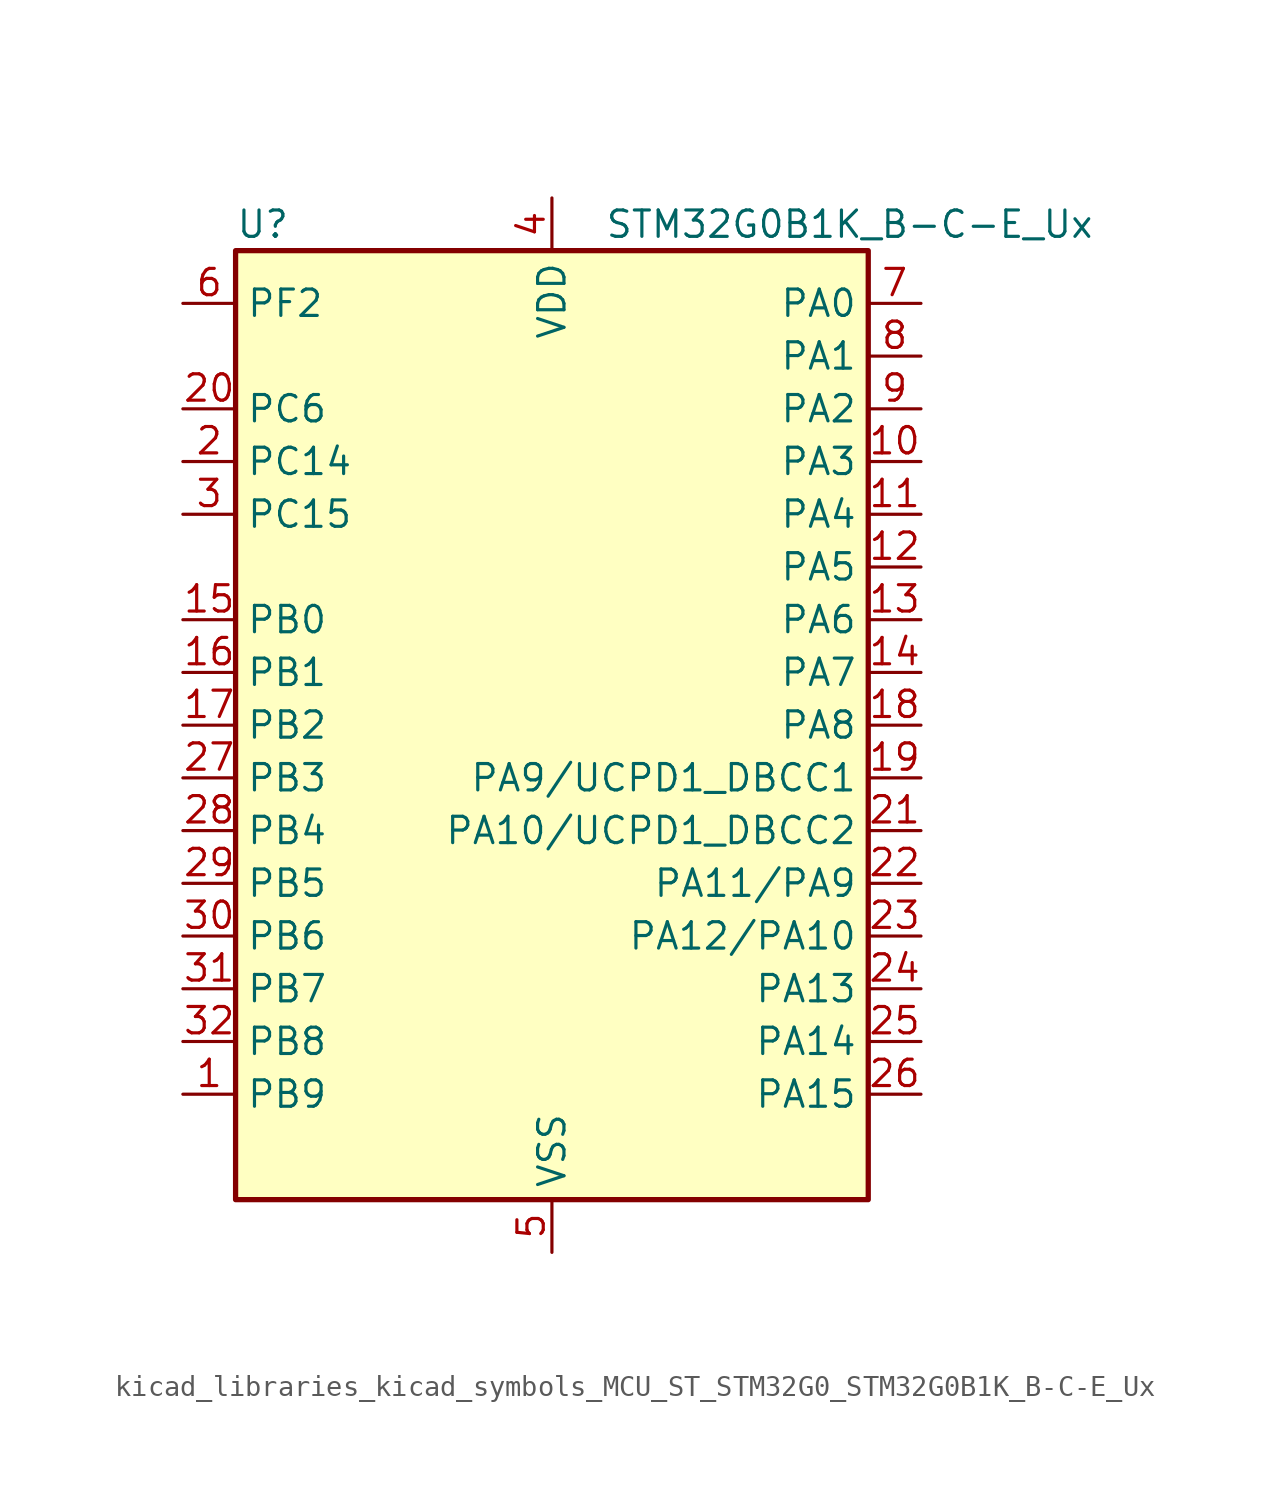
<source format=kicad_sym>
(kicad_symbol_lib
  (version 20220914)
  (generator kicad_symbol_editor)
  (symbol "kicad_libraries_kicad_symbols_MCU_ST_STM32G0_STM32G0B1K_B-C-E_Ux"
    (property "Reference" "U"
      (at -15.24 24.13 0)
      (effects (font (size 1.27 1.27)) (justify left)))
    (property "Value" "STM32G0B1K_B-C-E_Ux"
      (at 2.54 24.13 0)
      (effects (font (size 1.27 1.27)) (justify left)))
    (property "ki_locked" ""
      (at 0 0 0)
      (effects (font (size 1.27 1.27))))
    (symbol "kicad_libraries_kicad_symbols_MCU_ST_STM32G0_STM32G0B1K_B-C-E_Ux_0_1"
      (rectangle (start -15.24 -22.86) (end 15.24 22.86) (stroke (width 0.254) (type default)) (fill (type background))))
    (symbol "kicad_libraries_kicad_symbols_MCU_ST_STM32G0_STM32G0B1K_B-C-E_Ux_1_1"
      (pin bidirectional line (at -17.78 -17.78 0) (length 2.54) (name "PB9" (effects (font (size 1.27 1.27)))) (number "1" (effects (font (size 1.27 1.27)))) (alternate "DAC1_EXTI9" bidirectional line) (alternate "FDCAN1_TX" bidirectional line) (alternate "I2C1_SDA" bidirectional line) (alternate "I2S2_WS" bidirectional line) (alternate "IR_OUT" bidirectional line) (alternate "SPI2_NSS" bidirectional line) (alternate "TIM17_CH1" bidirectional line) (alternate "TIM4_CH4" bidirectional line) (alternate "USART3_RX" bidirectional line) (alternate "USART6_RX" bidirectional line))
      (pin bidirectional line (at 17.78 12.7 180) (length 2.54) (name "PA3" (effects (font (size 1.27 1.27)))) (number "10" (effects (font (size 1.27 1.27)))) (alternate "ADC1_IN3" bidirectional line) (alternate "COMP2_INP" bidirectional line) (alternate "I2S2_MCK" bidirectional line) (alternate "LPUART1_RX" bidirectional line) (alternate "SPI2_MISO" bidirectional line) (alternate "TIM15_CH2" bidirectional line) (alternate "TIM2_CH4" bidirectional line) (alternate "USART2_RX" bidirectional line))
      (pin bidirectional line (at 17.78 10.16 180) (length 2.54) (name "PA4" (effects (font (size 1.27 1.27)))) (number "11" (effects (font (size 1.27 1.27)))) (alternate "ADC1_IN4" bidirectional line) (alternate "DAC1_OUT1" bidirectional line) (alternate "I2S1_WS" bidirectional line) (alternate "I2S2_SD" bidirectional line) (alternate "LPTIM2_OUT" bidirectional line) (alternate "RTC_OUT1" bidirectional line) (alternate "RTC_TAMP_IN1" bidirectional line) (alternate "RTC_TS" bidirectional line) (alternate "SPI1_NSS" bidirectional line) (alternate "SPI2_MOSI" bidirectional line) (alternate "SPI3_NSS" bidirectional line) (alternate "SYS_WKUP2" bidirectional line) (alternate "TIM14_CH1" bidirectional line) (alternate "USART6_TX" bidirectional line) (alternate "USB_NOE" bidirectional line))
      (pin bidirectional line (at 17.78 7.62 180) (length 2.54) (name "PA5" (effects (font (size 1.27 1.27)))) (number "12" (effects (font (size 1.27 1.27)))) (alternate "ADC1_IN5" bidirectional line) (alternate "CEC" bidirectional line) (alternate "DAC1_OUT2" bidirectional line) (alternate "I2S1_CK" bidirectional line) (alternate "LPTIM2_ETR" bidirectional line) (alternate "SPI1_SCK" bidirectional line) (alternate "TIM2_CH1" bidirectional line) (alternate "TIM2_ETR" bidirectional line) (alternate "UCPD1_FRSTX1" bidirectional line) (alternate "UCPD1_FRSTX2" bidirectional line) (alternate "USART3_TX" bidirectional line) (alternate "USART6_RX" bidirectional line))
      (pin bidirectional line (at 17.78 5.08 180) (length 2.54) (name "PA6" (effects (font (size 1.27 1.27)))) (number "13" (effects (font (size 1.27 1.27)))) (alternate "ADC1_IN6" bidirectional line) (alternate "COMP1_OUT" bidirectional line) (alternate "I2C2_SDA" bidirectional line) (alternate "I2C3_SDA" bidirectional line) (alternate "I2S1_MCK" bidirectional line) (alternate "LPUART1_CTS" bidirectional line) (alternate "SPI1_MISO" bidirectional line) (alternate "TIM16_CH1" bidirectional line) (alternate "TIM1_BK" bidirectional line) (alternate "TIM3_CH1" bidirectional line) (alternate "USART3_CTS" bidirectional line) (alternate "USART3_NSS" bidirectional line) (alternate "USART6_CTS" bidirectional line) (alternate "USART6_NSS" bidirectional line))
      (pin bidirectional line (at 17.78 2.54 180) (length 2.54) (name "PA7" (effects (font (size 1.27 1.27)))) (number "14" (effects (font (size 1.27 1.27)))) (alternate "ADC1_IN7" bidirectional line) (alternate "COMP2_OUT" bidirectional line) (alternate "I2C2_SCL" bidirectional line) (alternate "I2C3_SCL" bidirectional line) (alternate "I2S1_SD" bidirectional line) (alternate "SPI1_MOSI" bidirectional line) (alternate "TIM14_CH1" bidirectional line) (alternate "TIM17_CH1" bidirectional line) (alternate "TIM1_CH1N" bidirectional line) (alternate "TIM3_CH2" bidirectional line) (alternate "UCPD1_FRSTX1" bidirectional line) (alternate "UCPD1_FRSTX2" bidirectional line) (alternate "USART6_CK" bidirectional line) (alternate "USART6_DE" bidirectional line) (alternate "USART6_RTS" bidirectional line))
      (pin bidirectional line (at -17.78 5.08 0) (length 2.54) (name "PB0" (effects (font (size 1.27 1.27)))) (number "15" (effects (font (size 1.27 1.27)))) (alternate "ADC1_IN8" bidirectional line) (alternate "COMP1_OUT" bidirectional line) (alternate "COMP3_INP" bidirectional line) (alternate "FDCAN2_RX" bidirectional line) (alternate "I2S1_WS" bidirectional line) (alternate "LPTIM1_OUT" bidirectional line) (alternate "LPUART2_CTS" bidirectional line) (alternate "SPI1_NSS" bidirectional line) (alternate "TIM1_CH2N" bidirectional line) (alternate "TIM3_CH3" bidirectional line) (alternate "UCPD1_FRSTX1" bidirectional line) (alternate "UCPD1_FRSTX2" bidirectional line) (alternate "USART3_RX" bidirectional line) (alternate "USART5_TX" bidirectional line))
      (pin bidirectional line (at -17.78 2.54 0) (length 2.54) (name "PB1" (effects (font (size 1.27 1.27)))) (number "16" (effects (font (size 1.27 1.27)))) (alternate "ADC1_IN9" bidirectional line) (alternate "COMP1_INM" bidirectional line) (alternate "COMP3_OUT" bidirectional line) (alternate "FDCAN2_TX" bidirectional line) (alternate "LPTIM2_IN1" bidirectional line) (alternate "LPUART1_DE" bidirectional line) (alternate "LPUART1_RTS" bidirectional line) (alternate "LPUART2_DE" bidirectional line) (alternate "LPUART2_RTS" bidirectional line) (alternate "TIM14_CH1" bidirectional line) (alternate "TIM1_CH3N" bidirectional line) (alternate "TIM3_CH4" bidirectional line) (alternate "USART3_CK" bidirectional line) (alternate "USART3_DE" bidirectional line) (alternate "USART3_RTS" bidirectional line) (alternate "USART5_RX" bidirectional line))
      (pin bidirectional line (at -17.78 0 0) (length 2.54) (name "PB2" (effects (font (size 1.27 1.27)))) (number "17" (effects (font (size 1.27 1.27)))) (alternate "ADC1_IN10" bidirectional line) (alternate "COMP1_INP" bidirectional line) (alternate "COMP3_INM" bidirectional line) (alternate "I2S2_MCK" bidirectional line) (alternate "LPTIM1_OUT" bidirectional line) (alternate "RCC_MCO_2" bidirectional line) (alternate "SPI2_MISO" bidirectional line) (alternate "USART3_TX" bidirectional line))
      (pin bidirectional line (at 17.78 0 180) (length 2.54) (name "PA8" (effects (font (size 1.27 1.27)))) (number "18" (effects (font (size 1.27 1.27)))) (alternate "CRS1_SYNC" bidirectional line) (alternate "I2C2_SMBA" bidirectional line) (alternate "I2S2_WS" bidirectional line) (alternate "LPTIM2_OUT" bidirectional line) (alternate "RCC_MCO" bidirectional line) (alternate "SPI2_NSS" bidirectional line) (alternate "TIM1_CH1" bidirectional line) (alternate "UCPD1_CC1" bidirectional line))
      (pin bidirectional line (at 17.78 -2.54 180) (length 2.54) (name "PA9/UCPD1_DBCC1" (effects (font (size 1.27 1.27)))) (number "19" (effects (font (size 1.27 1.27)))) (alternate "DAC1_EXTI9" bidirectional line) (alternate "I2C1_SCL" bidirectional line) (alternate "I2C2_SCL" bidirectional line) (alternate "I2S2_MCK" bidirectional line) (alternate "RCC_MCO" bidirectional line) (alternate "SPI2_MISO" bidirectional line) (alternate "TIM15_BK" bidirectional line) (alternate "TIM1_CH2" bidirectional line) (alternate "UCPD1_DBCC1" bidirectional line) (alternate "USART1_TX" bidirectional line))
      (pin bidirectional line (at -17.78 12.7 0) (length 2.54) (name "PC14" (effects (font (size 1.27 1.27)))) (number "2" (effects (font (size 1.27 1.27)))) (alternate "RCC_OSC32_IN" bidirectional line) (alternate "RCC_OSC_IN" bidirectional line) (alternate "TIM1_BK2" bidirectional line))
      (pin bidirectional line (at -17.78 15.24 0) (length 2.54) (name "PC6" (effects (font (size 1.27 1.27)))) (number "20" (effects (font (size 1.27 1.27)))) (alternate "LPUART2_TX" bidirectional line) (alternate "TIM2_CH3" bidirectional line) (alternate "TIM3_CH1" bidirectional line) (alternate "UCPD1_FRSTX1" bidirectional line) (alternate "UCPD1_FRSTX2" bidirectional line))
      (pin bidirectional line (at 17.78 -5.08 180) (length 2.54) (name "PA10/UCPD1_DBCC2" (effects (font (size 1.27 1.27)))) (number "21" (effects (font (size 1.27 1.27)))) (alternate "I2C1_SDA" bidirectional line) (alternate "I2C2_SDA" bidirectional line) (alternate "I2S2_SD" bidirectional line) (alternate "RCC_MCO_2" bidirectional line) (alternate "SPI2_MOSI" bidirectional line) (alternate "TIM17_BK" bidirectional line) (alternate "TIM1_CH3" bidirectional line) (alternate "UCPD1_DBCC2" bidirectional line) (alternate "USART1_RX" bidirectional line))
      (pin bidirectional line (at 17.78 -7.62 180) (length 2.54) (name "PA11/PA9" (effects (font (size 1.27 1.27)))) (number "22" (effects (font (size 1.27 1.27)))) (alternate "ADC1_EXTI11" bidirectional line) (alternate "COMP1_OUT" bidirectional line) (alternate "FDCAN1_RX" bidirectional line) (alternate "I2C2_SCL" bidirectional line) (alternate "I2S1_MCK" bidirectional line) (alternate "SPI1_MISO" bidirectional line) (alternate "TIM1_BK2" bidirectional line) (alternate "TIM1_CH4" bidirectional line) (alternate "USART1_CTS" bidirectional line) (alternate "USART1_NSS" bidirectional line) (alternate "USB_DM" bidirectional line))
      (pin bidirectional line (at 17.78 -10.16 180) (length 2.54) (name "PA12/PA10" (effects (font (size 1.27 1.27)))) (number "23" (effects (font (size 1.27 1.27)))) (alternate "COMP2_OUT" bidirectional line) (alternate "FDCAN1_TX" bidirectional line) (alternate "I2C2_SDA" bidirectional line) (alternate "I2S1_SD" bidirectional line) (alternate "I2S_CKIN" bidirectional line) (alternate "SPI1_MOSI" bidirectional line) (alternate "TIM1_ETR" bidirectional line) (alternate "USART1_CK" bidirectional line) (alternate "USART1_DE" bidirectional line) (alternate "USART1_RTS" bidirectional line) (alternate "USB_DP" bidirectional line))
      (pin bidirectional line (at 17.78 -12.7 180) (length 2.54) (name "PA13" (effects (font (size 1.27 1.27)))) (number "24" (effects (font (size 1.27 1.27)))) (alternate "IR_OUT" bidirectional line) (alternate "LPUART2_RX" bidirectional line) (alternate "SYS_SWDIO" bidirectional line) (alternate "USB_NOE" bidirectional line))
      (pin bidirectional line (at 17.78 -15.24 180) (length 2.54) (name "PA14" (effects (font (size 1.27 1.27)))) (number "25" (effects (font (size 1.27 1.27)))) (alternate "LPUART2_TX" bidirectional line) (alternate "SYS_SWCLK" bidirectional line) (alternate "USART2_TX" bidirectional line))
      (pin bidirectional line (at 17.78 -17.78 180) (length 2.54) (name "PA15" (effects (font (size 1.27 1.27)))) (number "26" (effects (font (size 1.27 1.27)))) (alternate "I2C2_SMBA" bidirectional line) (alternate "I2S1_WS" bidirectional line) (alternate "RCC_MCO_2" bidirectional line) (alternate "SPI1_NSS" bidirectional line) (alternate "SPI3_NSS" bidirectional line) (alternate "TIM2_CH1" bidirectional line) (alternate "TIM2_ETR" bidirectional line) (alternate "USART2_RX" bidirectional line) (alternate "USART3_CK" bidirectional line) (alternate "USART3_DE" bidirectional line) (alternate "USART3_RTS" bidirectional line) (alternate "USART4_CK" bidirectional line) (alternate "USART4_DE" bidirectional line) (alternate "USART4_RTS" bidirectional line) (alternate "USB_NOE" bidirectional line))
      (pin bidirectional line (at -17.78 -2.54 0) (length 2.54) (name "PB3" (effects (font (size 1.27 1.27)))) (number "27" (effects (font (size 1.27 1.27)))) (alternate "COMP2_INM" bidirectional line) (alternate "I2C2_SCL" bidirectional line) (alternate "I2C3_SCL" bidirectional line) (alternate "I2S1_CK" bidirectional line) (alternate "SPI1_SCK" bidirectional line) (alternate "SPI3_SCK" bidirectional line) (alternate "TIM1_CH2" bidirectional line) (alternate "TIM2_CH2" bidirectional line) (alternate "USART1_CK" bidirectional line) (alternate "USART1_DE" bidirectional line) (alternate "USART1_RTS" bidirectional line) (alternate "USART5_TX" bidirectional line))
      (pin bidirectional line (at -17.78 -5.08 0) (length 2.54) (name "PB4" (effects (font (size 1.27 1.27)))) (number "28" (effects (font (size 1.27 1.27)))) (alternate "COMP2_INP" bidirectional line) (alternate "I2C2_SDA" bidirectional line) (alternate "I2C3_SDA" bidirectional line) (alternate "I2S1_MCK" bidirectional line) (alternate "SPI1_MISO" bidirectional line) (alternate "SPI3_MISO" bidirectional line) (alternate "TIM17_BK" bidirectional line) (alternate "TIM3_CH1" bidirectional line) (alternate "USART1_CTS" bidirectional line) (alternate "USART1_NSS" bidirectional line) (alternate "USART5_RX" bidirectional line))
      (pin bidirectional line (at -17.78 -7.62 0) (length 2.54) (name "PB5" (effects (font (size 1.27 1.27)))) (number "29" (effects (font (size 1.27 1.27)))) (alternate "COMP2_OUT" bidirectional line) (alternate "FDCAN2_RX" bidirectional line) (alternate "I2C1_SMBA" bidirectional line) (alternate "I2S1_SD" bidirectional line) (alternate "LPTIM1_IN1" bidirectional line) (alternate "SPI1_MOSI" bidirectional line) (alternate "SPI3_MOSI" bidirectional line) (alternate "SYS_WKUP6" bidirectional line) (alternate "TIM16_BK" bidirectional line) (alternate "TIM3_CH2" bidirectional line) (alternate "USART5_CK" bidirectional line) (alternate "USART5_DE" bidirectional line) (alternate "USART5_RTS" bidirectional line))
      (pin bidirectional line (at -17.78 10.16 0) (length 2.54) (name "PC15" (effects (font (size 1.27 1.27)))) (number "3" (effects (font (size 1.27 1.27)))) (alternate "RCC_OSC32_EN" bidirectional line) (alternate "RCC_OSC32_OUT" bidirectional line) (alternate "RCC_OSC_EN" bidirectional line) (alternate "TIM15_BK" bidirectional line))
      (pin bidirectional line (at -17.78 -10.16 0) (length 2.54) (name "PB6" (effects (font (size 1.27 1.27)))) (number "30" (effects (font (size 1.27 1.27)))) (alternate "COMP2_INP" bidirectional line) (alternate "FDCAN2_TX" bidirectional line) (alternate "I2C1_SCL" bidirectional line) (alternate "I2S2_MCK" bidirectional line) (alternate "LPTIM1_ETR" bidirectional line) (alternate "LPUART2_TX" bidirectional line) (alternate "SPI2_MISO" bidirectional line) (alternate "TIM16_CH1N" bidirectional line) (alternate "TIM1_CH3" bidirectional line) (alternate "TIM4_CH1" bidirectional line) (alternate "USART1_TX" bidirectional line) (alternate "USART5_CTS" bidirectional line) (alternate "USART5_NSS" bidirectional line))
      (pin bidirectional line (at -17.78 -12.7 0) (length 2.54) (name "PB7" (effects (font (size 1.27 1.27)))) (number "31" (effects (font (size 1.27 1.27)))) (alternate "COMP2_INM" bidirectional line) (alternate "I2C1_SDA" bidirectional line) (alternate "I2S2_SD" bidirectional line) (alternate "LPTIM1_IN2" bidirectional line) (alternate "LPUART2_RX" bidirectional line) (alternate "SPI2_MOSI" bidirectional line) (alternate "SYS_PVD_IN" bidirectional line) (alternate "TIM17_CH1N" bidirectional line) (alternate "TIM4_CH2" bidirectional line) (alternate "USART1_RX" bidirectional line) (alternate "USART4_CTS" bidirectional line) (alternate "USART4_NSS" bidirectional line))
      (pin bidirectional line (at -17.78 -15.24 0) (length 2.54) (name "PB8" (effects (font (size 1.27 1.27)))) (number "32" (effects (font (size 1.27 1.27)))) (alternate "CEC" bidirectional line) (alternate "FDCAN1_RX" bidirectional line) (alternate "I2C1_SCL" bidirectional line) (alternate "I2S2_CK" bidirectional line) (alternate "SPI2_SCK" bidirectional line) (alternate "TIM15_BK" bidirectional line) (alternate "TIM16_CH1" bidirectional line) (alternate "TIM4_CH3" bidirectional line) (alternate "USART3_TX" bidirectional line) (alternate "USART6_TX" bidirectional line))
      (pin passive line (at 0 -25.4 90) (length 2.54) hide (name "VSS" (effects (font (size 1.27 1.27)))) (number "33" (effects (font (size 1.27 1.27)))))
      (pin power_in line (at 0 25.4 270) (length 2.54) (name "VDD" (effects (font (size 1.27 1.27)))) (number "4" (effects (font (size 1.27 1.27)))))
      (pin power_in line (at 0 -25.4 90) (length 2.54) (name "VSS" (effects (font (size 1.27 1.27)))) (number "5" (effects (font (size 1.27 1.27)))))
      (pin bidirectional line (at -17.78 20.32 0) (length 2.54) (name "PF2" (effects (font (size 1.27 1.27)))) (number "6" (effects (font (size 1.27 1.27)))) (alternate "LPUART2_DE" bidirectional line) (alternate "LPUART2_RTS" bidirectional line) (alternate "LPUART2_TX" bidirectional line) (alternate "RCC_MCO" bidirectional line))
      (pin bidirectional line (at 17.78 20.32 180) (length 2.54) (name "PA0" (effects (font (size 1.27 1.27)))) (number "7" (effects (font (size 1.27 1.27)))) (alternate "ADC1_IN0" bidirectional line) (alternate "COMP1_INM" bidirectional line) (alternate "COMP1_OUT" bidirectional line) (alternate "I2S2_CK" bidirectional line) (alternate "LPTIM1_OUT" bidirectional line) (alternate "RTC_TAMP_IN2" bidirectional line) (alternate "SPI2_SCK" bidirectional line) (alternate "SYS_WKUP1" bidirectional line) (alternate "TIM2_CH1" bidirectional line) (alternate "TIM2_ETR" bidirectional line) (alternate "USART2_CTS" bidirectional line) (alternate "USART2_NSS" bidirectional line) (alternate "USART4_TX" bidirectional line))
      (pin bidirectional line (at 17.78 17.78 180) (length 2.54) (name "PA1" (effects (font (size 1.27 1.27)))) (number "8" (effects (font (size 1.27 1.27)))) (alternate "ADC1_IN1" bidirectional line) (alternate "COMP1_INP" bidirectional line) (alternate "I2C1_SMBA" bidirectional line) (alternate "I2S1_CK" bidirectional line) (alternate "SPI1_SCK" bidirectional line) (alternate "TIM15_CH1N" bidirectional line) (alternate "TIM2_CH2" bidirectional line) (alternate "USART2_CK" bidirectional line) (alternate "USART2_DE" bidirectional line) (alternate "USART2_RTS" bidirectional line) (alternate "USART4_RX" bidirectional line))
      (pin bidirectional line (at 17.78 15.24 180) (length 2.54) (name "PA2" (effects (font (size 1.27 1.27)))) (number "9" (effects (font (size 1.27 1.27)))) (alternate "ADC1_IN2" bidirectional line) (alternate "COMP2_INM" bidirectional line) (alternate "COMP2_OUT" bidirectional line) (alternate "I2S1_SD" bidirectional line) (alternate "LPUART1_TX" bidirectional line) (alternate "RCC_LSCO" bidirectional line) (alternate "SPI1_MOSI" bidirectional line) (alternate "SYS_WKUP4" bidirectional line) (alternate "TIM15_CH1" bidirectional line) (alternate "TIM2_CH3" bidirectional line) (alternate "UCPD1_FRSTX1" bidirectional line) (alternate "UCPD1_FRSTX2" bidirectional line) (alternate "USART2_TX" bidirectional line)))))
</source>
